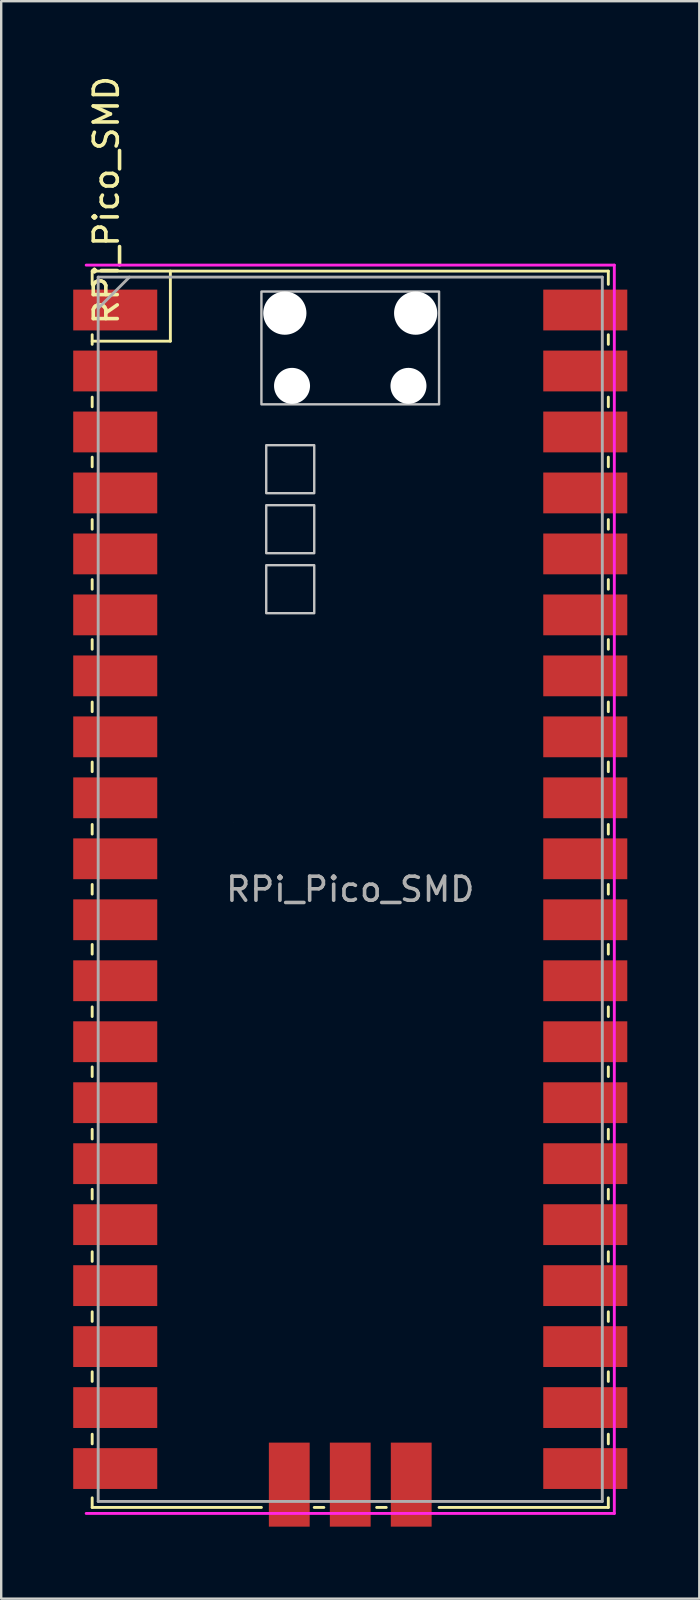
<source format=kicad_pcb>
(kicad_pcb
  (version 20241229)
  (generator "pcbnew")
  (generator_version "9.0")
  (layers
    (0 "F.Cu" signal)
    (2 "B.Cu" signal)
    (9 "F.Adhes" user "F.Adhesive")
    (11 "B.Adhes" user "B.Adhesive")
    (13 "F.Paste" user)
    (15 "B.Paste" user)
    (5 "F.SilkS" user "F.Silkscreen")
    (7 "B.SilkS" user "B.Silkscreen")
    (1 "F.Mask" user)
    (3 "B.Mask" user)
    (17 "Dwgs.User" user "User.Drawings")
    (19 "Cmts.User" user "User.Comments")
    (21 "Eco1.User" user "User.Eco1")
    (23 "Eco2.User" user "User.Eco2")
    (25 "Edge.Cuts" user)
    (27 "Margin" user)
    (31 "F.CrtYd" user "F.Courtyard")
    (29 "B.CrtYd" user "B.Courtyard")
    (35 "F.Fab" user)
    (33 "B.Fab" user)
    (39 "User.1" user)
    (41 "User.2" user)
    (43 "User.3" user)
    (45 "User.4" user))
  (footprint "RPi_Pico_SMD"
    (layer "F.Cu")
    (at 11.54 33.994)
    (property "Reference" "RPi_Pico_SMD" (at -10.16 -28.702 90) (layer "F.SilkS") (effects (font (size 1 1) (thickness 0.15))))
    (attr through_hole)
    (fp_line (start -10.75 -25.75) (end -10.75 -25.2) (stroke (width 0.12) (type solid)) (layer "F.SilkS"))
    (fp_line (start -10.75 -25.75) (end 10.75 -25.75) (stroke (width 0.12) (type solid)) (layer "F.SilkS"))
    (fp_line (start -10.75 -23.1) (end -10.75 -22.7) (stroke (width 0.12) (type solid)) (layer "F.SilkS"))
    (fp_line (start -10.75 -22.833) (end -7.493 -22.833) (stroke (width 0.12) (type solid)) (layer "F.SilkS"))
    (fp_line (start -10.75 -20.5) (end -10.75 -20.1) (stroke (width 0.12) (type solid)) (layer "F.SilkS"))
    (fp_line (start -10.75 -18) (end -10.75 -17.6) (stroke (width 0.12) (type solid)) (layer "F.SilkS"))
    (fp_line (start -10.75 -15.4) (end -10.75 -15) (stroke (width 0.12) (type solid)) (layer "F.SilkS"))
    (fp_line (start -10.75 -12.9) (end -10.75 -12.5) (stroke (width 0.12) (type solid)) (layer "F.SilkS"))
    (fp_line (start -10.75 -10.4) (end -10.75 -10) (stroke (width 0.12) (type solid)) (layer "F.SilkS"))
    (fp_line (start -10.75 -7.8) (end -10.75 -7.4) (stroke (width 0.12) (type solid)) (layer "F.SilkS"))
    (fp_line (start -10.75 -5.3) (end -10.75 -4.9) (stroke (width 0.12) (type solid)) (layer "F.SilkS"))
    (fp_line (start -10.75 -2.7) (end -10.75 -2.3) (stroke (width 0.12) (type solid)) (layer "F.SilkS"))
    (fp_line (start -10.75 -0.2) (end -10.75 0.2) (stroke (width 0.12) (type solid)) (layer "F.SilkS"))
    (fp_line (start -10.75 2.3) (end -10.75 2.7) (stroke (width 0.12) (type solid)) (layer "F.SilkS"))
    (fp_line (start -10.75 4.9) (end -10.75 5.3) (stroke (width 0.12) (type solid)) (layer "F.SilkS"))
    (fp_line (start -10.75 7.4) (end -10.75 7.8) (stroke (width 0.12) (type solid)) (layer "F.SilkS"))
    (fp_line (start -10.75 10) (end -10.75 10.4) (stroke (width 0.12) (type solid)) (layer "F.SilkS"))
    (fp_line (start -10.75 12.5) (end -10.75 12.9) (stroke (width 0.12) (type solid)) (layer "F.SilkS"))
    (fp_line (start -10.75 15.1) (end -10.75 15.5) (stroke (width 0.12) (type solid)) (layer "F.SilkS"))
    (fp_line (start -10.75 17.6) (end -10.75 18) (stroke (width 0.12) (type solid)) (layer "F.SilkS"))
    (fp_line (start -10.75 20.1) (end -10.75 20.5) (stroke (width 0.12) (type solid)) (layer "F.SilkS"))
    (fp_line (start -10.75 22.7) (end -10.75 23.1) (stroke (width 0.12) (type solid)) (layer "F.SilkS"))
    (fp_line (start -10.75 25.35) (end -10.75 25.75) (stroke (width 0.12) (type solid)) (layer "F.SilkS"))
    (fp_line (start -7.493 -22.833) (end -7.493 -25.75) (stroke (width 0.12) (type solid)) (layer "F.SilkS"))
    (fp_line (start -3.7 25.75) (end -10.75 25.75) (stroke (width 0.12) (type solid)) (layer "F.SilkS"))
    (fp_line (start -1.5 25.75) (end -1.1 25.75) (stroke (width 0.12) (type solid)) (layer "F.SilkS"))
    (fp_line (start 1.1 25.75) (end 1.5 25.75) (stroke (width 0.12) (type solid)) (layer "F.SilkS"))
    (fp_line (start 10.75 -25.75) (end 10.75 -25.2) (stroke (width 0.12) (type solid)) (layer "F.SilkS"))
    (fp_line (start 10.75 -23.1) (end 10.75 -22.7) (stroke (width 0.12) (type solid)) (layer "F.SilkS"))
    (fp_line (start 10.75 -20.5) (end 10.75 -20.1) (stroke (width 0.12) (type solid)) (layer "F.SilkS"))
    (fp_line (start 10.75 -18) (end 10.75 -17.6) (stroke (width 0.12) (type solid)) (layer "F.SilkS"))
    (fp_line (start 10.75 -15.4) (end 10.75 -15) (stroke (width 0.12) (type solid)) (layer "F.SilkS"))
    (fp_line (start 10.75 -12.9) (end 10.75 -12.5) (stroke (width 0.12) (type solid)) (layer "F.SilkS"))
    (fp_line (start 10.75 -10.4) (end 10.75 -10) (stroke (width 0.12) (type solid)) (layer "F.SilkS"))
    (fp_line (start 10.75 -7.8) (end 10.75 -7.4) (stroke (width 0.12) (type solid)) (layer "F.SilkS"))
    (fp_line (start 10.75 -5.3) (end 10.75 -4.9) (stroke (width 0.12) (type solid)) (layer "F.SilkS"))
    (fp_line (start 10.75 -2.7) (end 10.75 -2.3) (stroke (width 0.12) (type solid)) (layer "F.SilkS"))
    (fp_line (start 10.75 -0.2) (end 10.75 0.2) (stroke (width 0.12) (type solid)) (layer "F.SilkS"))
    (fp_line (start 10.75 2.3) (end 10.75 2.7) (stroke (width 0.12) (type solid)) (layer "F.SilkS"))
    (fp_line (start 10.75 4.9) (end 10.75 5.3) (stroke (width 0.12) (type solid)) (layer "F.SilkS"))
    (fp_line (start 10.75 7.4) (end 10.75 7.8) (stroke (width 0.12) (type solid)) (layer "F.SilkS"))
    (fp_line (start 10.75 10) (end 10.75 10.4) (stroke (width 0.12) (type solid)) (layer "F.SilkS"))
    (fp_line (start 10.75 12.5) (end 10.75 12.9) (stroke (width 0.12) (type solid)) (layer "F.SilkS"))
    (fp_line (start 10.75 15.1) (end 10.75 15.5) (stroke (width 0.12) (type solid)) (layer "F.SilkS"))
    (fp_line (start 10.75 17.6) (end 10.75 18) (stroke (width 0.12) (type solid)) (layer "F.SilkS"))
    (fp_line (start 10.75 20.1) (end 10.75 20.5) (stroke (width 0.12) (type solid)) (layer "F.SilkS"))
    (fp_line (start 10.75 22.7) (end 10.75 23.1) (stroke (width 0.12) (type solid)) (layer "F.SilkS"))
    (fp_line (start 10.75 25.35) (end 10.75 25.75) (stroke (width 0.12) (type solid)) (layer "F.SilkS"))
    (fp_line (start 10.75 25.75) (end 3.7 25.75) (stroke (width 0.12) (type solid)) (layer "F.SilkS"))
    (fp_poly (pts (xy -4.85 -2.797) (xy -4.847 -2.793) (xy -4.85 -2.79) (xy -4.853 -2.793)) (stroke (width 0) (type solid)) (fill yes) (layer "F.SilkS"))
    (fp_poly (pts (xy -1.5 -16.5) (xy -3.5 -16.5) (xy -3.5 -18.5) (xy -1.5 -18.5)) (stroke (width 0.1) (type solid)) (fill no) (layer "Dwgs.User"))
    (fp_poly (pts (xy -1.5 -14) (xy -3.5 -14) (xy -3.5 -16) (xy -1.5 -16)) (stroke (width 0.1) (type solid)) (fill no) (layer "Dwgs.User"))
    (fp_poly (pts (xy -1.5 -11.5) (xy -3.5 -11.5) (xy -3.5 -13.5) (xy -1.5 -13.5)) (stroke (width 0.1) (type solid)) (fill no) (layer "Dwgs.User"))
    (fp_poly (pts (xy 3.7 -20.2) (xy -3.7 -20.2) (xy -3.7 -24.9) (xy 3.7 -24.9)) (stroke (width 0.1) (type solid)) (fill no) (layer "Dwgs.User"))
    (fp_line (start -11 -26) (end 11 -26) (stroke (width 0.12) (type solid)) (layer "F.CrtYd"))
    (fp_line (start 11 -26) (end 11 26) (stroke (width 0.12) (type solid)) (layer "F.CrtYd"))
    (fp_line (start 11 26) (end -11 26) (stroke (width 0.12) (type solid)) (layer "F.CrtYd"))
    (fp_line (start -10.5 -25.5) (end 10.5 -25.5) (stroke (width 0.12) (type solid)) (layer "F.Fab"))
    (fp_line (start -10.5 -24.2) (end -9.2 -25.5) (stroke (width 0.12) (type solid)) (layer "F.Fab"))
    (fp_line (start -10.5 25.5) (end -10.5 -25.5) (stroke (width 0.12) (type solid)) (layer "F.Fab"))
    (fp_line (start 10.5 -25.5) (end 10.5 25.5) (stroke (width 0.12) (type solid)) (layer "F.Fab"))
    (fp_line (start 10.5 25.5) (end -10.5 25.5) (stroke (width 0.12) (type solid)) (layer "F.Fab"))
    (fp_text user "${REFERENCE}" (at 0 0 180) (layer "F.Fab") (effects (font (size 1 1) (thickness 0.15))))
    (pad "" np_thru_hole oval (at -2.725 -24) (size 1.8 1.8) (drill 1.8) (layers "*.Cu" "*.Mask"))
    (pad "" np_thru_hole oval (at -2.425 -20.97) (size 1.5 1.5) (drill 1.5) (layers "*.Cu" "*.Mask"))
    (pad "" np_thru_hole oval (at 2.425 -20.97) (size 1.5 1.5) (drill 1.5) (layers "*.Cu" "*.Mask"))
    (pad "" np_thru_hole oval (at 2.725 -24) (size 1.8 1.8) (drill 1.8) (layers "*.Cu" "*.Mask"))
    (pad "1" smd rect (at -8.89 -24.13) (size 3.5 1.7) (drill (offset -0.9 0)) (layers "F.Cu" "F.Mask" "F.Paste"))
    (pad "2" smd rect (at -8.89 -21.59) (size 3.5 1.7) (drill (offset -0.9 0)) (layers "F.Cu" "F.Mask" "F.Paste"))
    (pad "3" smd rect (at -8.89 -19.05) (size 3.5 1.7) (drill (offset -0.9 0)) (layers "F.Cu" "F.Mask" "F.Paste"))
    (pad "4" smd rect (at -8.89 -16.51) (size 3.5 1.7) (drill (offset -0.9 0)) (layers "F.Cu" "F.Mask" "F.Paste"))
    (pad "5" smd rect (at -8.89 -13.97) (size 3.5 1.7) (drill (offset -0.9 0)) (layers "F.Cu" "F.Mask" "F.Paste"))
    (pad "6" smd rect (at -8.89 -11.43) (size 3.5 1.7) (drill (offset -0.9 0)) (layers "F.Cu" "F.Mask" "F.Paste"))
    (pad "7" smd rect (at -8.89 -8.89) (size 3.5 1.7) (drill (offset -0.9 0)) (layers "F.Cu" "F.Mask" "F.Paste"))
    (pad "8" smd rect (at -8.89 -6.35) (size 3.5 1.7) (drill (offset -0.9 0)) (layers "F.Cu" "F.Mask" "F.Paste"))
    (pad "9" smd rect (at -8.89 -3.81) (size 3.5 1.7) (drill (offset -0.9 0)) (layers "F.Cu" "F.Mask" "F.Paste"))
    (pad "10" smd rect (at -8.89 -1.27) (size 3.5 1.7) (drill (offset -0.9 0)) (layers "F.Cu" "F.Mask" "F.Paste"))
    (pad "11" smd rect (at -8.89 1.27) (size 3.5 1.7) (drill (offset -0.9 0)) (layers "F.Cu" "F.Mask" "F.Paste"))
    (pad "12" smd rect (at -8.89 3.81) (size 3.5 1.7) (drill (offset -0.9 0)) (layers "F.Cu" "F.Mask" "F.Paste"))
    (pad "13" smd rect (at -8.89 6.35) (size 3.5 1.7) (drill (offset -0.9 0)) (layers "F.Cu" "F.Mask" "F.Paste"))
    (pad "14" smd rect (at -8.89 8.89) (size 3.5 1.7) (drill (offset -0.9 0)) (layers "F.Cu" "F.Mask" "F.Paste"))
    (pad "15" smd rect (at -8.89 11.43) (size 3.5 1.7) (drill (offset -0.9 0)) (layers "F.Cu" "F.Mask" "F.Paste"))
    (pad "16" smd rect (at -8.89 13.97) (size 3.5 1.7) (drill (offset -0.9 0)) (layers "F.Cu" "F.Mask" "F.Paste"))
    (pad "17" smd rect (at -8.89 16.51) (size 3.5 1.7) (drill (offset -0.9 0)) (layers "F.Cu" "F.Mask" "F.Paste"))
    (pad "18" smd rect (at -8.89 19.05) (size 3.5 1.7) (drill (offset -0.9 0)) (layers "F.Cu" "F.Mask" "F.Paste"))
    (pad "19" smd rect (at -8.89 21.59) (size 3.5 1.7) (drill (offset -0.9 0)) (layers "F.Cu" "F.Mask" "F.Paste"))
    (pad "20" smd rect (at -8.89 24.13) (size 3.5 1.7) (drill (offset -0.9 0)) (layers "F.Cu" "F.Mask" "F.Paste"))
    (pad "21" smd rect (at 8.89 24.13) (size 3.5 1.7) (drill (offset 0.9 0)) (layers "F.Cu" "F.Mask" "F.Paste"))
    (pad "22" smd rect (at 8.89 21.59) (size 3.5 1.7) (drill (offset 0.9 0)) (layers "F.Cu" "F.Mask" "F.Paste"))
    (pad "23" smd rect (at 8.89 19.05) (size 3.5 1.7) (drill (offset 0.9 0)) (layers "F.Cu" "F.Mask" "F.Paste"))
    (pad "24" smd rect (at 8.89 16.51) (size 3.5 1.7) (drill (offset 0.9 0)) (layers "F.Cu" "F.Mask" "F.Paste"))
    (pad "25" smd rect (at 8.89 13.97) (size 3.5 1.7) (drill (offset 0.9 0)) (layers "F.Cu" "F.Mask" "F.Paste"))
    (pad "26" smd rect (at 8.89 11.43) (size 3.5 1.7) (drill (offset 0.9 0)) (layers "F.Cu" "F.Mask" "F.Paste"))
    (pad "27" smd rect (at 8.89 8.89) (size 3.5 1.7) (drill (offset 0.9 0)) (layers "F.Cu" "F.Mask" "F.Paste"))
    (pad "28" smd rect (at 8.89 6.35) (size 3.5 1.7) (drill (offset 0.9 0)) (layers "F.Cu" "F.Mask" "F.Paste"))
    (pad "29" smd rect (at 8.89 3.81) (size 3.5 1.7) (drill (offset 0.9 0)) (layers "F.Cu" "F.Mask" "F.Paste"))
    (pad "30" smd rect (at 8.89 1.27) (size 3.5 1.7) (drill (offset 0.9 0)) (layers "F.Cu" "F.Mask" "F.Paste"))
    (pad "31" smd rect (at 8.89 -1.27) (size 3.5 1.7) (drill (offset 0.9 0)) (layers "F.Cu" "F.Mask" "F.Paste"))
    (pad "32" smd rect (at 8.89 -3.81) (size 3.5 1.7) (drill (offset 0.9 0)) (layers "F.Cu" "F.Mask" "F.Paste"))
    (pad "33" smd rect (at 8.89 -6.35) (size 3.5 1.7) (drill (offset 0.9 0)) (layers "F.Cu" "F.Mask" "F.Paste"))
    (pad "34" smd rect (at 8.89 -8.89) (size 3.5 1.7) (drill (offset 0.9 0)) (layers "F.Cu" "F.Mask" "F.Paste"))
    (pad "35" smd rect (at 8.89 -11.43) (size 3.5 1.7) (drill (offset 0.9 0)) (layers "F.Cu" "F.Mask" "F.Paste"))
    (pad "36" smd rect (at 8.89 -13.97) (size 3.5 1.7) (drill (offset 0.9 0)) (layers "F.Cu" "F.Mask" "F.Paste"))
    (pad "37" smd rect (at 8.89 -16.51) (size 3.5 1.7) (drill (offset 0.9 0)) (layers "F.Cu" "F.Mask" "F.Paste"))
    (pad "38" smd rect (at 8.89 -19.05) (size 3.5 1.7) (drill (offset 0.9 0)) (layers "F.Cu" "F.Mask" "F.Paste"))
    (pad "39" smd rect (at 8.89 -21.59) (size 3.5 1.7) (drill (offset 0.9 0)) (layers "F.Cu" "F.Mask" "F.Paste"))
    (pad "40" smd rect (at 8.89 -24.13) (size 3.5 1.7) (drill (offset 0.9 0)) (layers "F.Cu" "F.Mask" "F.Paste"))
    (pad "41" smd rect (at -2.54 23.9 90) (size 3.5 1.7) (drill (offset -0.9 0)) (layers "F.Cu" "F.Mask" "F.Paste"))
    (pad "42" smd rect (at 0 23.9 90) (size 3.5 1.7) (drill (offset -0.9 0)) (layers "F.Cu" "F.Mask" "F.Paste"))
    (pad "43" smd rect (at 2.54 23.9 90) (size 3.5 1.7) (drill (offset -0.9 0)) (layers "F.Cu" "F.Mask" "F.Paste")))
  (gr_rect
    (start -3 -3)
    (end 26.08 63.544)
    (stroke (width 0.1) (type default))
    (fill no)
    (layer "Edge.Cuts")))
</source>
